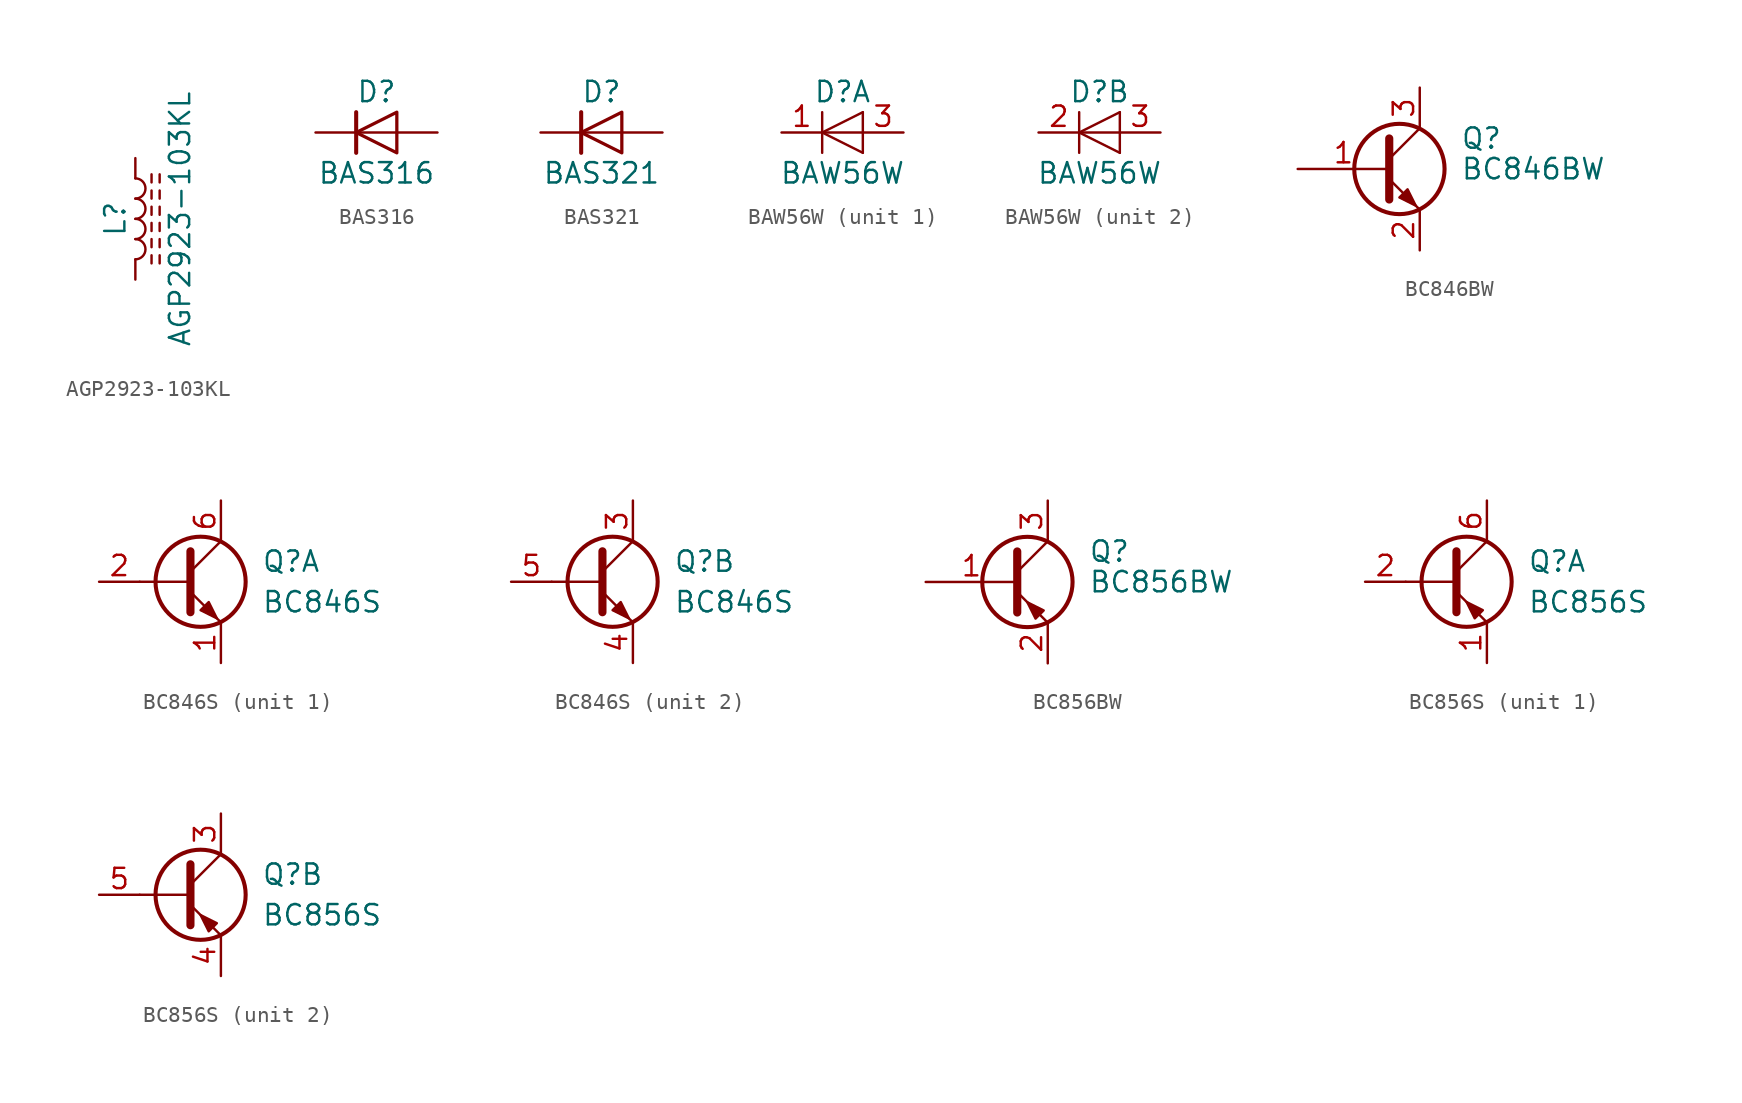
<source format=kicad_sym>
(kicad_symbol_lib
  (version 20211014)
  (generator kicad_symbol_editor)
  (symbol "AGP2923-103KL"
    (pin_numbers hide)
    (pin_names
      (offset 1.016) hide)
    (property "Reference" "L"
      (at -1.27 0 90)
      (effects (font (size 1.27 1.27))))
    (property "Value" "AGP2923-103KL"
      (at 2.794 0 90)
      (effects (font (size 1.27 1.27))))
    (symbol "AGP2923-103KL_0_1"
      (arc (start 0 -2.54) (mid 0.635 -1.905) (end 0 -1.27) (stroke (width 0) (type default) (color 0 0 0 0)) (fill (type none)))
      (arc (start 0 -1.27) (mid 0.635 -0.635) (end 0 0) (stroke (width 0) (type default) (color 0 0 0 0)) (fill (type none)))
      (polyline (pts (xy 1.016 -2.794) (xy 1.016 -2.286)) (stroke (width 0) (type default) (color 0 0 0 0)) (fill (type none)))
      (polyline (pts (xy 1.016 -1.778) (xy 1.016 -1.27)) (stroke (width 0) (type default) (color 0 0 0 0)) (fill (type none)))
      (polyline (pts (xy 1.016 -0.762) (xy 1.016 -0.254)) (stroke (width 0) (type default) (color 0 0 0 0)) (fill (type none)))
      (polyline (pts (xy 1.016 0.254) (xy 1.016 0.762)) (stroke (width 0) (type default) (color 0 0 0 0)) (fill (type none)))
      (polyline (pts (xy 1.016 1.27) (xy 1.016 1.778)) (stroke (width 0) (type default) (color 0 0 0 0)) (fill (type none)))
      (polyline (pts (xy 1.016 2.286) (xy 1.016 2.794)) (stroke (width 0) (type default) (color 0 0 0 0)) (fill (type none)))
      (polyline (pts (xy 1.524 -2.286) (xy 1.524 -2.794)) (stroke (width 0) (type default) (color 0 0 0 0)) (fill (type none)))
      (polyline (pts (xy 1.524 -1.27) (xy 1.524 -1.778)) (stroke (width 0) (type default) (color 0 0 0 0)) (fill (type none)))
      (polyline (pts (xy 1.524 -0.254) (xy 1.524 -0.762)) (stroke (width 0) (type default) (color 0 0 0 0)) (fill (type none)))
      (polyline (pts (xy 1.524 0.762) (xy 1.524 0.254)) (stroke (width 0) (type default) (color 0 0 0 0)) (fill (type none)))
      (polyline (pts (xy 1.524 1.778) (xy 1.524 1.27)) (stroke (width 0) (type default) (color 0 0 0 0)) (fill (type none)))
      (polyline (pts (xy 1.524 2.794) (xy 1.524 2.286)) (stroke (width 0) (type default) (color 0 0 0 0)) (fill (type none)))
      (arc (start 0 0) (mid 0.635 0.635) (end 0 1.27) (stroke (width 0) (type default) (color 0 0 0 0)) (fill (type none)))
      (arc (start 0 1.27) (mid 0.635 1.905) (end 0 2.54) (stroke (width 0) (type default) (color 0 0 0 0)) (fill (type none))))
    (symbol "AGP2923-103KL_1_1"
      (pin passive line (at 0 3.81 270) (length 1.27) (name "1" (effects (font (size 1.27 1.27)))) (number "1" (effects (font (size 1.27 1.27)))))
      (pin passive line (at 0 -3.81 90) (length 1.27) (name "2" (effects (font (size 1.27 1.27)))) (number "2" (effects (font (size 1.27 1.27)))))))
  (symbol "BAS316"
    (pin_numbers hide)
    (pin_names
      (offset 1.016) hide)
    (property "Reference" "D"
      (at 0 2.54 0)
      (effects (font (size 1.27 1.27))))
    (property "Value" "BAS316"
      (at 0 -2.54 0)
      (effects (font (size 1.27 1.27))))
    (symbol "BAS316_0_1"
      (polyline (pts (xy -1.27 1.27) (xy -1.27 -1.27)) (stroke (width 0.254) (type default) (color 0 0 0 0)) (fill (type none)))
      (polyline (pts (xy 1.27 0) (xy -1.27 0)) (stroke (width 0) (type default) (color 0 0 0 0)) (fill (type none)))
      (polyline (pts (xy 1.27 1.27) (xy 1.27 -1.27) (xy -1.27 0) (xy 1.27 1.27)) (stroke (width 0.203) (type default) (color 0 0 0 0)) (fill (type none))))
    (symbol "BAS316_1_1"
      (pin passive line (at -3.81 0 0) (length 2.54) (name "K" (effects (font (size 1.27 1.27)))) (number "1" (effects (font (size 1.27 1.27)))))
      (pin passive line (at 3.81 0 180) (length 2.54) (name "A" (effects (font (size 1.27 1.27)))) (number "2" (effects (font (size 1.27 1.27)))))))
  (symbol "BAS321"
    (pin_numbers hide)
    (pin_names
      (offset 1.016) hide)
    (property "Reference" "D"
      (at 0 2.54 0)
      (effects (font (size 1.27 1.27))))
    (property "Value" "BAS321"
      (at 0 -2.54 0)
      (effects (font (size 1.27 1.27))))
    (symbol "BAS321_0_1"
      (polyline (pts (xy -1.27 1.27) (xy -1.27 -1.27)) (stroke (width 0.254) (type default) (color 0 0 0 0)) (fill (type none)))
      (polyline (pts (xy 1.27 0) (xy -1.27 0)) (stroke (width 0) (type default) (color 0 0 0 0)) (fill (type none)))
      (polyline (pts (xy 1.27 1.27) (xy 1.27 -1.27) (xy -1.27 0) (xy 1.27 1.27)) (stroke (width 0.203) (type default) (color 0 0 0 0)) (fill (type none))))
    (symbol "BAS321_1_1"
      (pin passive line (at -3.81 0 0) (length 2.54) (name "K" (effects (font (size 1.27 1.27)))) (number "1" (effects (font (size 1.27 1.27)))))
      (pin passive line (at 3.81 0 180) (length 2.54) (name "A" (effects (font (size 1.27 1.27)))) (number "2" (effects (font (size 1.27 1.27)))))))
  (symbol "BAW56W"
    (pin_names
      (offset 1.016) hide)
    (property "Reference" "D"
      (at 0 2.54 0)
      (effects (font (size 1.27 1.27))))
    (property "Value" "BAW56W"
      (at 0 -2.54 0)
      (effects (font (size 1.27 1.27))))
    (symbol "BAW56W_0_1"
      (polyline (pts (xy -1.27 1.27) (xy -1.27 -1.27)) (stroke (width 0.152) (type default) (color 0 0 0 0)) (fill (type none)))
      (polyline (pts (xy 1.27 -1.27) (xy 1.27 1.27)) (stroke (width 0) (type default) (color 0 0 0 0)) (fill (type none)))
      (polyline (pts (xy 1.27 0) (xy -1.27 0)) (stroke (width 0) (type default) (color 0 0 0 0)) (fill (type none)))
      (polyline (pts (xy 1.27 1.27) (xy -1.27 0) (xy 1.27 -1.27)) (stroke (width 0) (type default) (color 0 0 0 0)) (fill (type none))))
    (symbol "BAW56W_1_1"
      (pin passive line (at -3.81 0 0) (length 2.54) (name "K" (effects (font (size 1.27 1.27)))) (number "1" (effects (font (size 1.27 1.27)))))
      (pin passive line (at 3.81 0 180) (length 2.54) (name "A" (effects (font (size 1.27 1.27)))) (number "3" (effects (font (size 1.27 1.27))))))
    (symbol "BAW56W_2_1"
      (pin passive line (at -3.81 0 0) (length 2.54) (name "K" (effects (font (size 1.27 1.27)))) (number "2" (effects (font (size 1.27 1.27)))))
      (pin passive line (at 3.81 0 180) (length 2.54) (name "A" (effects (font (size 1.27 1.27)))) (number "3" (effects (font (size 1.27 1.27)))))))
  (symbol "BC846BW"
    (pin_names
      (offset 0) hide)
    (property "Reference" "Q"
      (at 5.08 1.905 0)
      (effects (font (size 1.27 1.27)) (justify left)))
    (property "Value" "BC846BW"
      (at 5.08 0 0)
      (effects (font (size 1.27 1.27)) (justify left)))
    (symbol "BC846BW_0_1"
      (polyline (pts (xy 0.635 0.635) (xy 2.54 2.54)) (stroke (width 0) (type default) (color 0 0 0 0)) (fill (type none)))
      (polyline (pts (xy 0.635 -0.635) (xy 2.54 -2.54) (xy 2.54 -2.54)) (stroke (width 0) (type default) (color 0 0 0 0)) (fill (type none)))
      (polyline (pts (xy 0.635 1.905) (xy 0.635 -1.905) (xy 0.635 -1.905)) (stroke (width 0.508) (type default) (color 0 0 0 0)) (fill (type none)))
      (polyline (pts (xy 1.27 -1.778) (xy 1.778 -1.27) (xy 2.286 -2.286) (xy 1.27 -1.778) (xy 1.27 -1.778)) (stroke (width 0) (type default) (color 0 0 0 0)) (fill (type outline)))
      (circle (center 1.27 0) (radius 2.819) (stroke (width 0.254) (type default) (color 0 0 0 0)) (fill (type none))))
    (symbol "BC846BW_1_1"
      (pin input line (at -5.08 0 0) (length 5.715) (name "B" (effects (font (size 1.27 1.27)))) (number "1" (effects (font (size 1.27 1.27)))))
      (pin passive line (at 2.54 -5.08 90) (length 2.54) (name "E" (effects (font (size 1.27 1.27)))) (number "2" (effects (font (size 1.27 1.27)))))
      (pin passive line (at 2.54 5.08 270) (length 2.54) (name "C" (effects (font (size 1.27 1.27)))) (number "3" (effects (font (size 1.27 1.27)))))))
  (symbol "BC846S"
    (pin_names
      (offset 0) hide)
    (property "Reference" "Q"
      (at 5.08 1.27 0)
      (effects (font (size 1.27 1.27)) (justify left)))
    (property "Value" "BC846S"
      (at 5.08 -1.27 0)
      (effects (font (size 1.27 1.27)) (justify left)))
    (property "ki_locked" ""
      (at 0 0 0)
      (effects (font (size 1.27 1.27))))
    (symbol "BC846S_0_1"
      (polyline (pts (xy 0.635 0) (xy -2.54 0)) (stroke (width 0) (type default) (color 0 0 0 0)) (fill (type none)))
      (polyline (pts (xy 0.635 0.635) (xy 2.54 2.54)) (stroke (width 0) (type default) (color 0 0 0 0)) (fill (type none)))
      (polyline (pts (xy 0.635 -0.635) (xy 2.54 -2.54) (xy 2.54 -2.54)) (stroke (width 0) (type default) (color 0 0 0 0)) (fill (type none)))
      (polyline (pts (xy 0.635 1.905) (xy 0.635 -1.905) (xy 0.635 -1.905)) (stroke (width 0.508) (type default) (color 0 0 0 0)) (fill (type none)))
      (polyline (pts (xy 1.27 -1.778) (xy 1.778 -1.27) (xy 2.286 -2.286) (xy 1.27 -1.778) (xy 1.27 -1.778)) (stroke (width 0) (type default) (color 0 0 0 0)) (fill (type outline)))
      (circle (center 1.27 0) (radius 2.819) (stroke (width 0.254) (type default) (color 0 0 0 0)) (fill (type none))))
    (symbol "BC846S_1_1"
      (pin passive line (at 2.54 -5.08 90) (length 2.54) (name "E1" (effects (font (size 1.27 1.27)))) (number "1" (effects (font (size 1.27 1.27)))))
      (pin input line (at -5.08 0 0) (length 2.54) (name "B1" (effects (font (size 1.27 1.27)))) (number "2" (effects (font (size 1.27 1.27)))))
      (pin passive line (at 2.54 5.08 270) (length 2.54) (name "C1" (effects (font (size 1.27 1.27)))) (number "6" (effects (font (size 1.27 1.27))))))
    (symbol "BC846S_2_1"
      (pin passive line (at 2.54 5.08 270) (length 2.54) (name "C2" (effects (font (size 1.27 1.27)))) (number "3" (effects (font (size 1.27 1.27)))))
      (pin passive line (at 2.54 -5.08 90) (length 2.54) (name "E2" (effects (font (size 1.27 1.27)))) (number "4" (effects (font (size 1.27 1.27)))))
      (pin input line (at -5.08 0 0) (length 2.54) (name "B2" (effects (font (size 1.27 1.27)))) (number "5" (effects (font (size 1.27 1.27)))))))
  (symbol "BC856BW"
    (pin_names
      (offset 0) hide)
    (property "Reference" "Q"
      (at 5.08 1.905 0)
      (effects (font (size 1.27 1.27)) (justify left)))
    (property "Value" "BC856BW"
      (at 5.08 0 0)
      (effects (font (size 1.27 1.27)) (justify left)))
    (symbol "BC856BW_0_1"
      (polyline (pts (xy 0.635 0.635) (xy 2.54 2.54)) (stroke (width 0) (type default) (color 0 0 0 0)) (fill (type none)))
      (polyline (pts (xy 0.635 -0.635) (xy 2.54 -2.54) (xy 2.54 -2.54)) (stroke (width 0) (type default) (color 0 0 0 0)) (fill (type none)))
      (polyline (pts (xy 0.635 1.905) (xy 0.635 -1.905) (xy 0.635 -1.905)) (stroke (width 0.508) (type default) (color 0 0 0 0)) (fill (type none)))
      (polyline (pts (xy 2.286 -1.778) (xy 1.778 -2.286) (xy 1.27 -1.27) (xy 2.286 -1.778) (xy 2.286 -1.778)) (stroke (width 0) (type default) (color 0 0 0 0)) (fill (type outline)))
      (circle (center 1.27 0) (radius 2.819) (stroke (width 0.254) (type default) (color 0 0 0 0)) (fill (type none))))
    (symbol "BC856BW_1_1"
      (pin input line (at -5.08 0 0) (length 5.715) (name "B" (effects (font (size 1.27 1.27)))) (number "1" (effects (font (size 1.27 1.27)))))
      (pin passive line (at 2.54 -5.08 90) (length 2.54) (name "E" (effects (font (size 1.27 1.27)))) (number "2" (effects (font (size 1.27 1.27)))))
      (pin passive line (at 2.54 5.08 270) (length 2.54) (name "C" (effects (font (size 1.27 1.27)))) (number "3" (effects (font (size 1.27 1.27)))))))
  (symbol "BC856S"
    (pin_names
      (offset 0) hide)
    (property "Reference" "Q"
      (at 5.08 1.27 0)
      (effects (font (size 1.27 1.27)) (justify left)))
    (property "Value" "BC856S"
      (at 5.08 -1.27 0)
      (effects (font (size 1.27 1.27)) (justify left)))
    (property "ki_locked" ""
      (at 0 0 0)
      (effects (font (size 1.27 1.27))))
    (symbol "BC856S_0_1"
      (polyline (pts (xy 0.635 0) (xy -2.54 0)) (stroke (width 0) (type default) (color 0 0 0 0)) (fill (type none)))
      (polyline (pts (xy 0.635 0.635) (xy 2.54 2.54)) (stroke (width 0) (type default) (color 0 0 0 0)) (fill (type none)))
      (polyline (pts (xy 0.635 -0.635) (xy 2.54 -2.54) (xy 2.54 -2.54)) (stroke (width 0) (type default) (color 0 0 0 0)) (fill (type none)))
      (polyline (pts (xy 0.635 1.905) (xy 0.635 -1.905) (xy 0.635 -1.905)) (stroke (width 0.508) (type default) (color 0 0 0 0)) (fill (type none)))
      (polyline (pts (xy 2.286 -1.778) (xy 1.778 -2.286) (xy 1.27 -1.27) (xy 2.286 -1.778) (xy 2.286 -1.778)) (stroke (width 0) (type default) (color 0 0 0 0)) (fill (type outline)))
      (circle (center 1.27 0) (radius 2.819) (stroke (width 0.254) (type default) (color 0 0 0 0)) (fill (type none))))
    (symbol "BC856S_1_1"
      (pin passive line (at 2.54 -5.08 90) (length 2.54) (name "E1" (effects (font (size 1.27 1.27)))) (number "1" (effects (font (size 1.27 1.27)))))
      (pin input line (at -5.08 0 0) (length 2.54) (name "B1" (effects (font (size 1.27 1.27)))) (number "2" (effects (font (size 1.27 1.27)))))
      (pin passive line (at 2.54 5.08 270) (length 2.54) (name "C1" (effects (font (size 1.27 1.27)))) (number "6" (effects (font (size 1.27 1.27))))))
    (symbol "BC856S_2_1"
      (pin passive line (at 2.54 5.08 270) (length 2.54) (name "C2" (effects (font (size 1.27 1.27)))) (number "3" (effects (font (size 1.27 1.27)))))
      (pin passive line (at 2.54 -5.08 90) (length 2.54) (name "E2" (effects (font (size 1.27 1.27)))) (number "4" (effects (font (size 1.27 1.27)))))
      (pin input line (at -5.08 0 0) (length 2.54) (name "B2" (effects (font (size 1.27 1.27)))) (number "5" (effects (font (size 1.27 1.27))))))))
</source>
